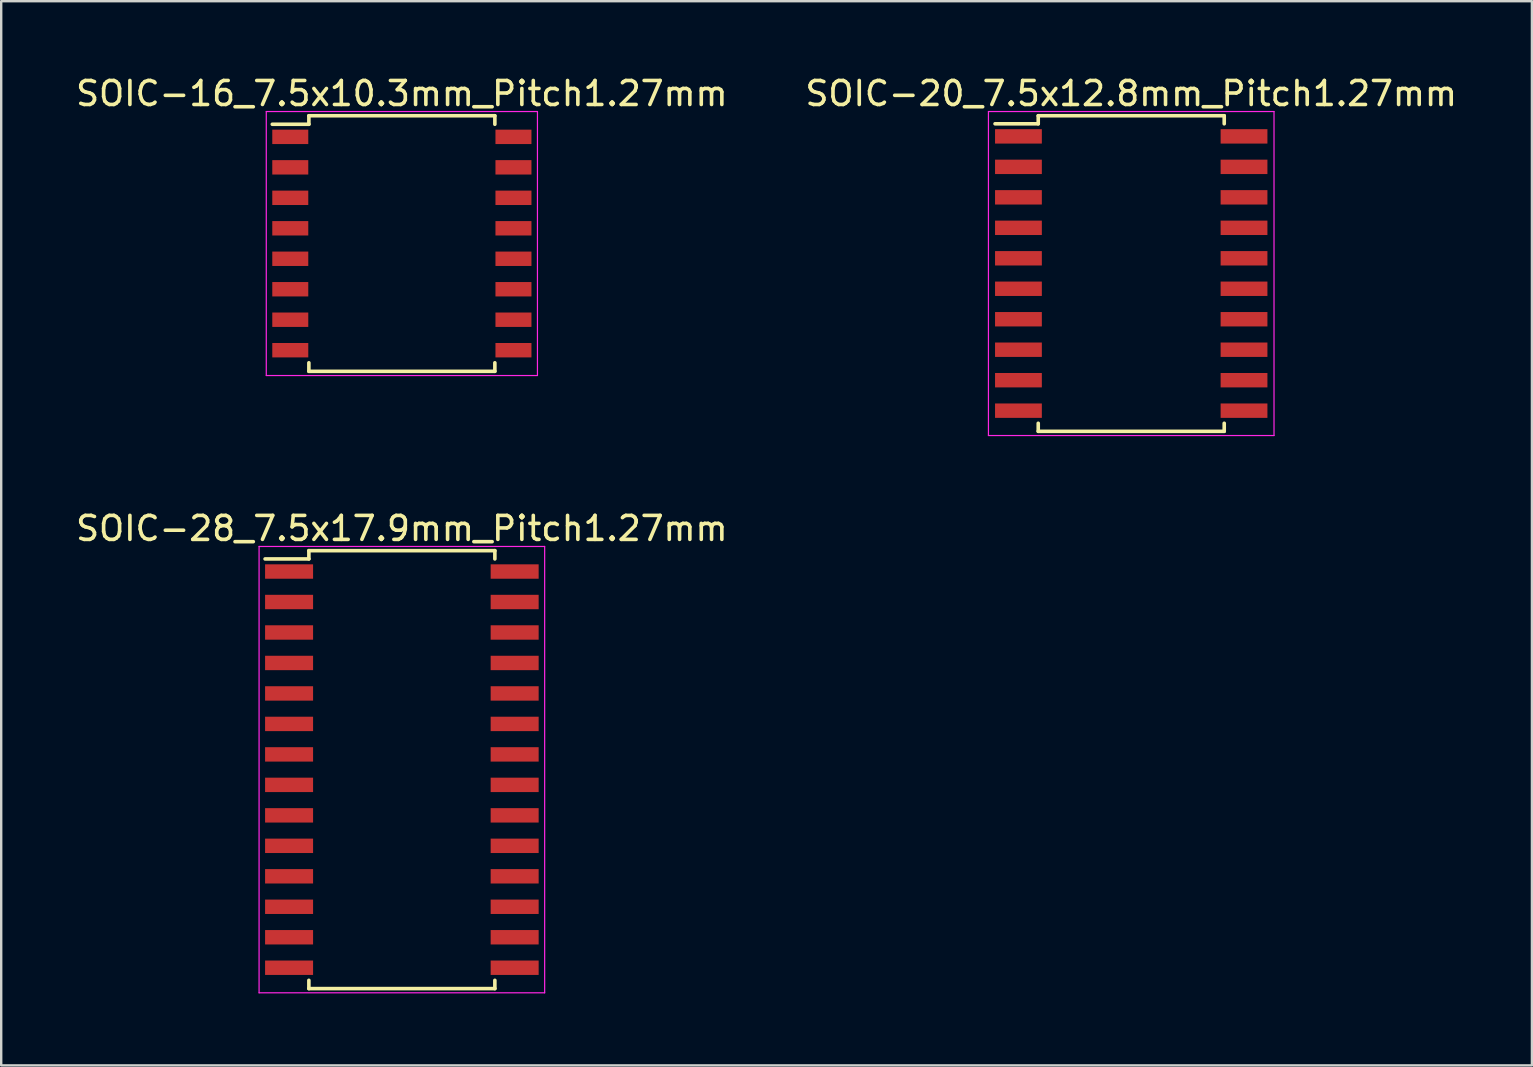
<source format=kicad_pcb>
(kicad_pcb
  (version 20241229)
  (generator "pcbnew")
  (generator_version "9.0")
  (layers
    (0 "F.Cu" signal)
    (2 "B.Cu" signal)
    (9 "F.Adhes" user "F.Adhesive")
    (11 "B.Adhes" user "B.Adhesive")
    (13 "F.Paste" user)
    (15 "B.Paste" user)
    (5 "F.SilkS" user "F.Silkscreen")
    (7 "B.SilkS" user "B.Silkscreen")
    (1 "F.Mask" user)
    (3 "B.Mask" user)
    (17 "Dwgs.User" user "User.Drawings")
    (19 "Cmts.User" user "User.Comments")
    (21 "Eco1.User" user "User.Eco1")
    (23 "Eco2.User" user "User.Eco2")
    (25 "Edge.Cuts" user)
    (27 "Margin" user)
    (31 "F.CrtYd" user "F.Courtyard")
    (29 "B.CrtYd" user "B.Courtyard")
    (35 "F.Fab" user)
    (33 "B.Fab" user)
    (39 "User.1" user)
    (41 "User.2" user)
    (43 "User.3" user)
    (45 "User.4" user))
  (footprint "SOIC-20_7.5x12.8mm_Pitch1.27mm"
    (layer "F.Cu")
    (at 44.089 8.348)
    (property "Reference" "SOIC-20_7.5x12.8mm_Pitch1.27mm" (at 0 -7.5 0) (layer "F.SilkS") (effects (font (size 1 1) (thickness 0.15))))
    (attr smd)
    (fp_line (start -3.875 -6.575) (end -3.875 -6.24) (stroke (width 0.15) (type solid)) (layer "F.SilkS"))
    (fp_line (start -3.875 -6.575) (end 3.875 -6.575) (stroke (width 0.15) (type solid)) (layer "F.SilkS"))
    (fp_line (start -3.875 -6.24) (end -5.675 -6.24) (stroke (width 0.15) (type solid)) (layer "F.SilkS"))
    (fp_line (start -3.875 6.575) (end -3.875 6.24) (stroke (width 0.15) (type solid)) (layer "F.SilkS"))
    (fp_line (start -3.875 6.575) (end 3.875 6.575) (stroke (width 0.15) (type solid)) (layer "F.SilkS"))
    (fp_line (start 3.875 -6.575) (end 3.875 -6.24) (stroke (width 0.15) (type solid)) (layer "F.SilkS"))
    (fp_line (start 3.875 6.575) (end 3.875 6.24) (stroke (width 0.15) (type solid)) (layer "F.SilkS"))
    (fp_line (start -5.95 -6.75) (end -5.95 6.75) (stroke (width 0.05) (type solid)) (layer "F.CrtYd"))
    (fp_line (start -5.95 -6.75) (end 5.95 -6.75) (stroke (width 0.05) (type solid)) (layer "F.CrtYd"))
    (fp_line (start -5.95 6.75) (end 5.95 6.75) (stroke (width 0.05) (type solid)) (layer "F.CrtYd"))
    (fp_line (start 5.95 -6.75) (end 5.95 6.75) (stroke (width 0.05) (type solid)) (layer "F.CrtYd"))
    (pad "1" smd rect (at -4.7 -5.715) (size 1.95 0.6) (layers "F.Cu" "F.Mask" "F.Paste"))
    (pad "2" smd rect (at -4.7 -4.445) (size 1.95 0.6) (layers "F.Cu" "F.Mask" "F.Paste"))
    (pad "3" smd rect (at -4.7 -3.175) (size 1.95 0.6) (layers "F.Cu" "F.Mask" "F.Paste"))
    (pad "4" smd rect (at -4.7 -1.905) (size 1.95 0.6) (layers "F.Cu" "F.Mask" "F.Paste"))
    (pad "5" smd rect (at -4.7 -0.635) (size 1.95 0.6) (layers "F.Cu" "F.Mask" "F.Paste"))
    (pad "6" smd rect (at -4.7 0.635) (size 1.95 0.6) (layers "F.Cu" "F.Mask" "F.Paste"))
    (pad "7" smd rect (at -4.7 1.905) (size 1.95 0.6) (layers "F.Cu" "F.Mask" "F.Paste"))
    (pad "8" smd rect (at -4.7 3.175) (size 1.95 0.6) (layers "F.Cu" "F.Mask" "F.Paste"))
    (pad "9" smd rect (at -4.7 4.445) (size 1.95 0.6) (layers "F.Cu" "F.Mask" "F.Paste"))
    (pad "10" smd rect (at -4.7 5.715) (size 1.95 0.6) (layers "F.Cu" "F.Mask" "F.Paste"))
    (pad "11" smd rect (at 4.7 5.715) (size 1.95 0.6) (layers "F.Cu" "F.Mask" "F.Paste"))
    (pad "12" smd rect (at 4.7 4.445) (size 1.95 0.6) (layers "F.Cu" "F.Mask" "F.Paste"))
    (pad "13" smd rect (at 4.7 3.175) (size 1.95 0.6) (layers "F.Cu" "F.Mask" "F.Paste"))
    (pad "14" smd rect (at 4.7 1.905) (size 1.95 0.6) (layers "F.Cu" "F.Mask" "F.Paste"))
    (pad "15" smd rect (at 4.7 0.635) (size 1.95 0.6) (layers "F.Cu" "F.Mask" "F.Paste"))
    (pad "16" smd rect (at 4.7 -0.635) (size 1.95 0.6) (layers "F.Cu" "F.Mask" "F.Paste"))
    (pad "17" smd rect (at 4.7 -1.905) (size 1.95 0.6) (layers "F.Cu" "F.Mask" "F.Paste"))
    (pad "18" smd rect (at 4.7 -3.175) (size 1.95 0.6) (layers "F.Cu" "F.Mask" "F.Paste"))
    (pad "19" smd rect (at 4.7 -4.445) (size 1.95 0.6) (layers "F.Cu" "F.Mask" "F.Paste"))
    (pad "20" smd rect (at 4.7 -5.715) (size 1.95 0.6) (layers "F.Cu" "F.Mask" "F.Paste")))
  (footprint "SOIC-16_7.5x10.3mm_Pitch1.27mm"
    (layer "F.Cu")
    (at 13.696 7.098)
    (property "Reference" "SOIC-16_7.5x10.3mm_Pitch1.27mm" (at 0 -6.25 0) (layer "F.SilkS") (effects (font (size 1 1) (thickness 0.15))))
    (attr smd)
    (fp_line (start -3.875 -5.325) (end -3.875 -4.97) (stroke (width 0.15) (type solid)) (layer "F.SilkS"))
    (fp_line (start -3.875 -5.325) (end 3.875 -5.325) (stroke (width 0.15) (type solid)) (layer "F.SilkS"))
    (fp_line (start -3.875 -4.97) (end -5.4 -4.97) (stroke (width 0.15) (type solid)) (layer "F.SilkS"))
    (fp_line (start -3.875 5.325) (end -3.875 4.97) (stroke (width 0.15) (type solid)) (layer "F.SilkS"))
    (fp_line (start -3.875 5.325) (end 3.875 5.325) (stroke (width 0.15) (type solid)) (layer "F.SilkS"))
    (fp_line (start 3.875 -5.325) (end 3.875 -4.97) (stroke (width 0.15) (type solid)) (layer "F.SilkS"))
    (fp_line (start 3.875 5.325) (end 3.875 4.97) (stroke (width 0.15) (type solid)) (layer "F.SilkS"))
    (fp_line (start -5.65 -5.5) (end -5.65 5.5) (stroke (width 0.05) (type solid)) (layer "F.CrtYd"))
    (fp_line (start -5.65 -5.5) (end 5.65 -5.5) (stroke (width 0.05) (type solid)) (layer "F.CrtYd"))
    (fp_line (start -5.65 5.5) (end 5.65 5.5) (stroke (width 0.05) (type solid)) (layer "F.CrtYd"))
    (fp_line (start 5.65 -5.5) (end 5.65 5.5) (stroke (width 0.05) (type solid)) (layer "F.CrtYd"))
    (pad "1" smd rect (at -4.65 -4.445) (size 1.5 0.6) (layers "F.Cu" "F.Mask" "F.Paste"))
    (pad "2" smd rect (at -4.65 -3.175) (size 1.5 0.6) (layers "F.Cu" "F.Mask" "F.Paste"))
    (pad "3" smd rect (at -4.65 -1.905) (size 1.5 0.6) (layers "F.Cu" "F.Mask" "F.Paste"))
    (pad "4" smd rect (at -4.65 -0.635) (size 1.5 0.6) (layers "F.Cu" "F.Mask" "F.Paste"))
    (pad "5" smd rect (at -4.65 0.635) (size 1.5 0.6) (layers "F.Cu" "F.Mask" "F.Paste"))
    (pad "6" smd rect (at -4.65 1.905) (size 1.5 0.6) (layers "F.Cu" "F.Mask" "F.Paste"))
    (pad "7" smd rect (at -4.65 3.175) (size 1.5 0.6) (layers "F.Cu" "F.Mask" "F.Paste"))
    (pad "8" smd rect (at -4.65 4.445) (size 1.5 0.6) (layers "F.Cu" "F.Mask" "F.Paste"))
    (pad "9" smd rect (at 4.65 4.445) (size 1.5 0.6) (layers "F.Cu" "F.Mask" "F.Paste"))
    (pad "10" smd rect (at 4.65 3.175) (size 1.5 0.6) (layers "F.Cu" "F.Mask" "F.Paste"))
    (pad "11" smd rect (at 4.65 1.905) (size 1.5 0.6) (layers "F.Cu" "F.Mask" "F.Paste"))
    (pad "12" smd rect (at 4.65 0.635) (size 1.5 0.6) (layers "F.Cu" "F.Mask" "F.Paste"))
    (pad "13" smd rect (at 4.65 -0.635) (size 1.5 0.6) (layers "F.Cu" "F.Mask" "F.Paste"))
    (pad "14" smd rect (at 4.65 -1.905) (size 1.5 0.6) (layers "F.Cu" "F.Mask" "F.Paste"))
    (pad "15" smd rect (at 4.65 -3.175) (size 1.5 0.6) (layers "F.Cu" "F.Mask" "F.Paste"))
    (pad "16" smd rect (at 4.65 -4.445) (size 1.5 0.6) (layers "F.Cu" "F.Mask" "F.Paste")))
  (footprint "SOIC-28_7.5x17.9mm_Pitch1.27mm"
    (layer "F.Cu")
    (at 13.696 29.021)
    (property "Reference" "SOIC-28_7.5x17.9mm_Pitch1.27mm" (at 0 -10.05 0) (layer "F.SilkS") (effects (font (size 1 1) (thickness 0.15))))
    (attr smd)
    (fp_line (start -3.875 -9.125) (end -3.875 -8.78) (stroke (width 0.15) (type solid)) (layer "F.SilkS"))
    (fp_line (start -3.875 -9.125) (end 3.875 -9.125) (stroke (width 0.15) (type solid)) (layer "F.SilkS"))
    (fp_line (start -3.875 -8.78) (end -5.7 -8.78) (stroke (width 0.15) (type solid)) (layer "F.SilkS"))
    (fp_line (start -3.875 9.125) (end -3.875 8.78) (stroke (width 0.15) (type solid)) (layer "F.SilkS"))
    (fp_line (start -3.875 9.125) (end 3.875 9.125) (stroke (width 0.15) (type solid)) (layer "F.SilkS"))
    (fp_line (start 3.875 -9.125) (end 3.875 -8.78) (stroke (width 0.15) (type solid)) (layer "F.SilkS"))
    (fp_line (start 3.875 9.125) (end 3.875 8.78) (stroke (width 0.15) (type solid)) (layer "F.SilkS"))
    (fp_line (start -5.95 -9.3) (end -5.95 9.3) (stroke (width 0.05) (type solid)) (layer "F.CrtYd"))
    (fp_line (start -5.95 -9.3) (end 5.95 -9.3) (stroke (width 0.05) (type solid)) (layer "F.CrtYd"))
    (fp_line (start -5.95 9.3) (end 5.95 9.3) (stroke (width 0.05) (type solid)) (layer "F.CrtYd"))
    (fp_line (start 5.95 -9.3) (end 5.95 9.3) (stroke (width 0.05) (type solid)) (layer "F.CrtYd"))
    (pad "1" smd rect (at -4.7 -8.255) (size 2 0.6) (layers "F.Cu" "F.Mask" "F.Paste"))
    (pad "2" smd rect (at -4.7 -6.985) (size 2 0.6) (layers "F.Cu" "F.Mask" "F.Paste"))
    (pad "3" smd rect (at -4.7 -5.715) (size 2 0.6) (layers "F.Cu" "F.Mask" "F.Paste"))
    (pad "4" smd rect (at -4.7 -4.445) (size 2 0.6) (layers "F.Cu" "F.Mask" "F.Paste"))
    (pad "5" smd rect (at -4.7 -3.175) (size 2 0.6) (layers "F.Cu" "F.Mask" "F.Paste"))
    (pad "6" smd rect (at -4.7 -1.905) (size 2 0.6) (layers "F.Cu" "F.Mask" "F.Paste"))
    (pad "7" smd rect (at -4.7 -0.635) (size 2 0.6) (layers "F.Cu" "F.Mask" "F.Paste"))
    (pad "8" smd rect (at -4.7 0.635) (size 2 0.6) (layers "F.Cu" "F.Mask" "F.Paste"))
    (pad "9" smd rect (at -4.7 1.905) (size 2 0.6) (layers "F.Cu" "F.Mask" "F.Paste"))
    (pad "10" smd rect (at -4.7 3.175) (size 2 0.6) (layers "F.Cu" "F.Mask" "F.Paste"))
    (pad "11" smd rect (at -4.7 4.445) (size 2 0.6) (layers "F.Cu" "F.Mask" "F.Paste"))
    (pad "12" smd rect (at -4.7 5.715) (size 2 0.6) (layers "F.Cu" "F.Mask" "F.Paste"))
    (pad "13" smd rect (at -4.7 6.985) (size 2 0.6) (layers "F.Cu" "F.Mask" "F.Paste"))
    (pad "14" smd rect (at -4.7 8.255) (size 2 0.6) (layers "F.Cu" "F.Mask" "F.Paste"))
    (pad "15" smd rect (at 4.7 8.255) (size 2 0.6) (layers "F.Cu" "F.Mask" "F.Paste"))
    (pad "16" smd rect (at 4.7 6.985) (size 2 0.6) (layers "F.Cu" "F.Mask" "F.Paste"))
    (pad "17" smd rect (at 4.7 5.715) (size 2 0.6) (layers "F.Cu" "F.Mask" "F.Paste"))
    (pad "18" smd rect (at 4.7 4.445) (size 2 0.6) (layers "F.Cu" "F.Mask" "F.Paste"))
    (pad "19" smd rect (at 4.7 3.175) (size 2 0.6) (layers "F.Cu" "F.Mask" "F.Paste"))
    (pad "20" smd rect (at 4.7 1.905) (size 2 0.6) (layers "F.Cu" "F.Mask" "F.Paste"))
    (pad "21" smd rect (at 4.7 0.635) (size 2 0.6) (layers "F.Cu" "F.Mask" "F.Paste"))
    (pad "22" smd rect (at 4.7 -0.635) (size 2 0.6) (layers "F.Cu" "F.Mask" "F.Paste"))
    (pad "23" smd rect (at 4.7 -1.905) (size 2 0.6) (layers "F.Cu" "F.Mask" "F.Paste"))
    (pad "24" smd rect (at 4.7 -3.175) (size 2 0.6) (layers "F.Cu" "F.Mask" "F.Paste"))
    (pad "25" smd rect (at 4.7 -4.445) (size 2 0.6) (layers "F.Cu" "F.Mask" "F.Paste"))
    (pad "26" smd rect (at 4.7 -5.715) (size 2 0.6) (layers "F.Cu" "F.Mask" "F.Paste"))
    (pad "27" smd rect (at 4.7 -6.985) (size 2 0.6) (layers "F.Cu" "F.Mask" "F.Paste"))
    (pad "28" smd rect (at 4.7 -8.255) (size 2 0.6) (layers "F.Cu" "F.Mask" "F.Paste")))
  (gr_rect
    (start -3 -3)
    (end 60.786 41.346)
    (stroke (width 0.1) (type default))
    (fill no)
    (layer "Edge.Cuts")))
</source>
